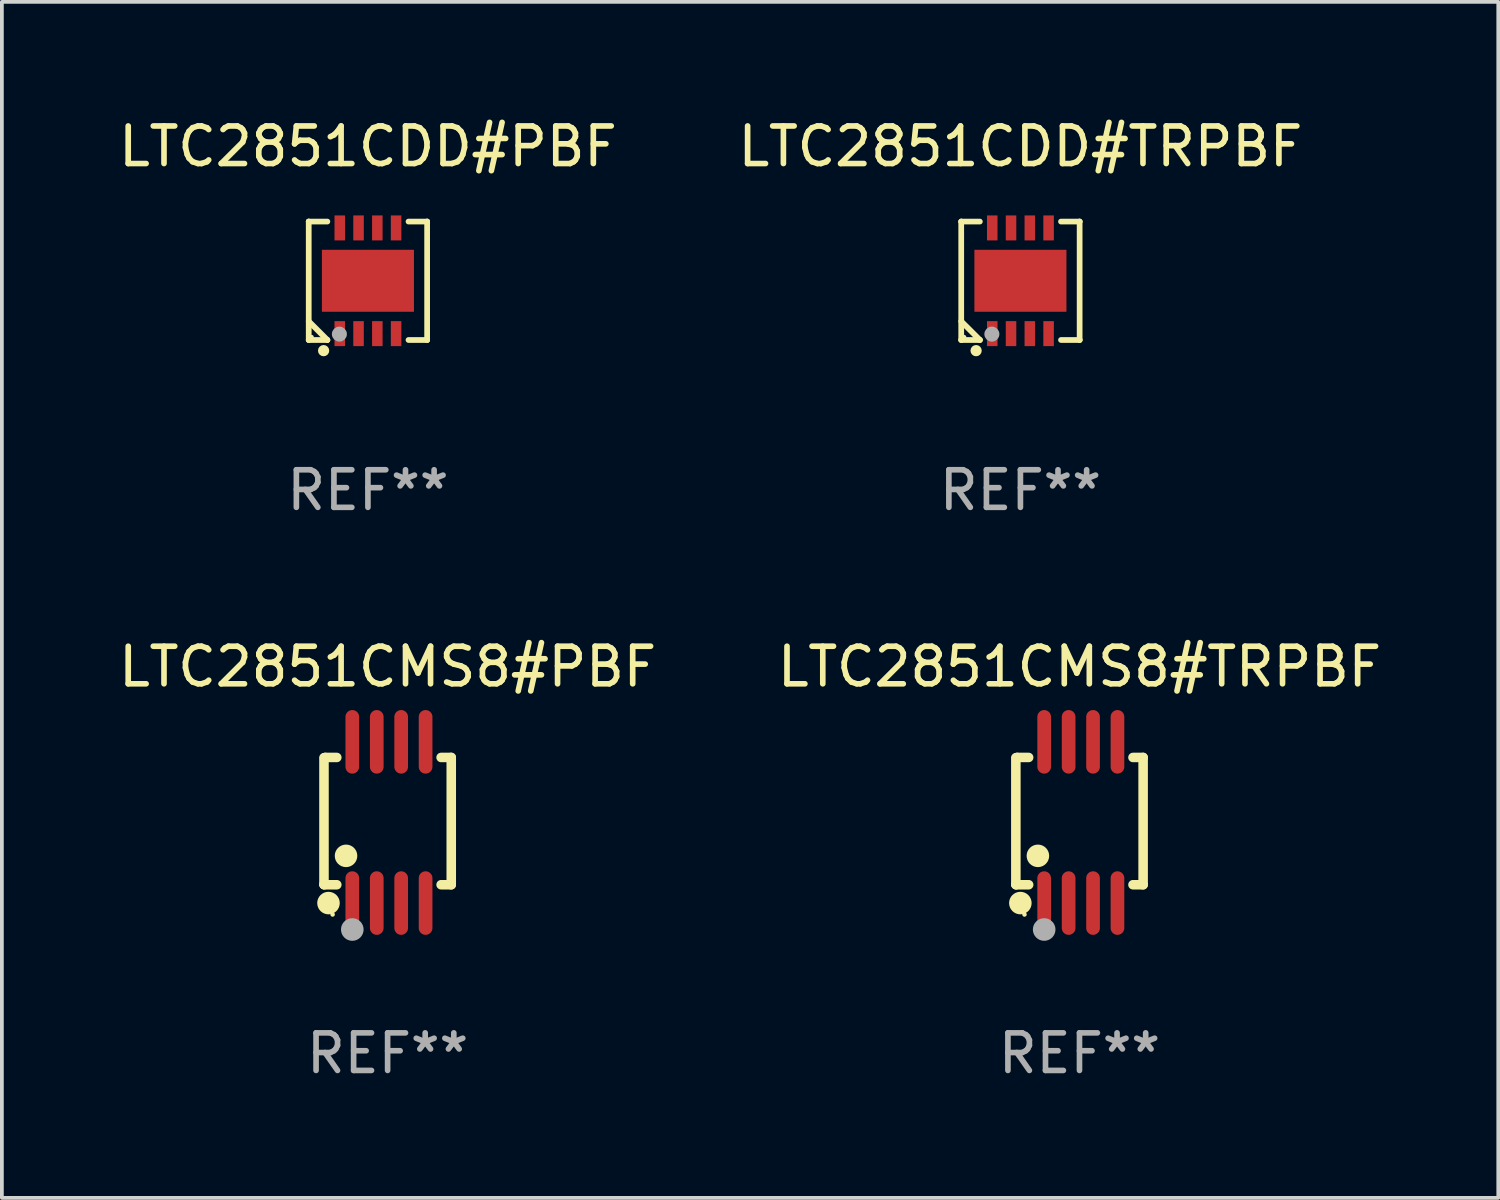
<source format=kicad_pcb>
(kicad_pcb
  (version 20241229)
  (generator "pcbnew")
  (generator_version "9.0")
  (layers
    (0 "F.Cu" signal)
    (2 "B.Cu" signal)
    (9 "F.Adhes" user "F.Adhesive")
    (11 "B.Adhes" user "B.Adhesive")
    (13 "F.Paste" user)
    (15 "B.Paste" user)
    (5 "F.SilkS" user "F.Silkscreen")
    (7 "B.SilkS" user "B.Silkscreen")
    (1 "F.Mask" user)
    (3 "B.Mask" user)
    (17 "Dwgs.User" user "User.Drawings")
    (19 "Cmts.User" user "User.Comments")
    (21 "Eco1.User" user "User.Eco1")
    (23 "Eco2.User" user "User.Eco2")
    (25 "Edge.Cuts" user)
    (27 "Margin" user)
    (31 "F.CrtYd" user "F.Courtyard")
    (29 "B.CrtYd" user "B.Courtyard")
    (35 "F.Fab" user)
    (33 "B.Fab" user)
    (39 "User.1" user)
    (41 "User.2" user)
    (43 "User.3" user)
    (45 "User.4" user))
  (footprint "LTC2851CMS8#TRPBF"
    (layer "F.Cu")
    (at 25.685 18.843)
    (property "Reference" "LTC2851CMS8#TRPBF" (at 0 -4.146 0) (layer "F.SilkS") (effects (font (size 1 1) (thickness 0.15))))
    (attr through_hole)
    (fp_line (start -1.694 -1.724) (end -1.694 1.652) (stroke (width 0.254) (type solid)) (layer "F.SilkS"))
    (fp_line (start -1.694 1.652) (end -1.688 1.658) (stroke (width 0.254) (type solid)) (layer "F.SilkS"))
    (fp_line (start -1.688 1.658) (end -1.353 1.658) (stroke (width 0.254) (type solid)) (layer "F.SilkS"))
    (fp_line (start -1.661 -1.73) (end -1.681 -1.71) (stroke (width 0.254) (type solid)) (layer "F.SilkS"))
    (fp_line (start -1.353 -1.73) (end -1.661 -1.73) (stroke (width 0.254) (type solid)) (layer "F.SilkS"))
    (fp_line (start 1.424 1.658) (end 1.694 1.658) (stroke (width 0.254) (type solid)) (layer "F.SilkS"))
    (fp_line (start 1.694 -1.73) (end 1.424 -1.73) (stroke (width 0.254) (type solid)) (layer "F.SilkS"))
    (fp_line (start 1.694 1.658) (end 1.694 -1.73) (stroke (width 0.254) (type solid)) (layer "F.SilkS"))
    (fp_circle (center -1.574 2.146) (end -1.424 2.146) (stroke (width 0.3) (type solid)) (fill no) (layer "F.SilkS"))
    (fp_circle (center -1.464 2.45) (end -1.434 2.45) (stroke (width 0.06) (type solid)) (fill no) (layer "F.SilkS"))
    (fp_circle (center -1.107 0.889) (end -0.957 0.889) (stroke (width 0.3) (type solid)) (fill no) (layer "F.SilkS"))
    (fp_circle (center -0.94 2.85) (end -0.789 2.85) (stroke (width 0.3) (type solid)) (fill no) (layer "F.Fab"))
    (fp_text user "REF**" (at 0 6.146 0) (layer "F.Fab") (effects (font (size 1 1) (thickness 0.15))))
    (pad "1" smd oval (at -0.94 2.146) (size 0.364 1.692) (layers "F.Cu" "F.Mask" "F.Paste"))
    (pad "2" smd oval (at -0.289 2.146) (size 0.364 1.692) (layers "F.Cu" "F.Mask" "F.Paste"))
    (pad "3" smd oval (at 0.361 2.146) (size 0.364 1.692) (layers "F.Cu" "F.Mask" "F.Paste"))
    (pad "4" smd oval (at 1.011 2.146) (size 0.364 1.692) (layers "F.Cu" "F.Mask" "F.Paste"))
    (pad "5" smd oval (at 1.011 -2.146) (size 0.364 1.692) (layers "F.Cu" "F.Mask" "F.Paste"))
    (pad "6" smd oval (at 0.361 -2.146) (size 0.364 1.692) (layers "F.Cu" "F.Mask" "F.Paste"))
    (pad "7" smd oval (at -0.289 -2.146) (size 0.364 1.692) (layers "F.Cu" "F.Mask" "F.Paste"))
    (pad "8" smd oval (at -0.94 -2.146) (size 0.364 1.692) (layers "F.Cu" "F.Mask" "F.Paste")))
  (footprint "LTC2851CDD#PBF"
    (layer "F.Cu")
    (at 6.744 4.424)
    (property "Reference" "LTC2851CDD#PBF" (at 0 -3.576 0) (layer "F.SilkS") (effects (font (size 1 1) (thickness 0.15))))
    (attr through_hole)
    (fp_line (start -1.576 -1.576) (end -1.576 -1.576) (stroke (width 0.152) (type solid)) (layer "F.SilkS"))
    (fp_line (start -1.576 -1.576) (end -1.08 -1.576) (stroke (width 0.152) (type solid)) (layer "F.SilkS"))
    (fp_line (start -1.576 1.576) (end -1.576 -1.576) (stroke (width 0.152) (type solid)) (layer "F.SilkS"))
    (fp_line (start -1.576 1.576) (end -1.576 1.576) (stroke (width 0.152) (type solid)) (layer "F.SilkS"))
    (fp_line (start -1.08 1.575) (end -1.576 1.079) (stroke (width 0.152) (type solid)) (layer "F.SilkS"))
    (fp_line (start -1.08 1.576) (end -1.576 1.576) (stroke (width 0.152) (type solid)) (layer "F.SilkS"))
    (fp_line (start -1.08 1.576) (end -1.08 1.575) (stroke (width 0.152) (type solid)) (layer "F.SilkS"))
    (fp_line (start 1.08 1.576) (end 1.576 1.576) (stroke (width 0.152) (type solid)) (layer "F.SilkS"))
    (fp_line (start 1.576 -1.576) (end 1.08 -1.576) (stroke (width 0.152) (type solid)) (layer "F.SilkS"))
    (fp_line (start 1.576 -1.576) (end 1.576 -1.576) (stroke (width 0.152) (type solid)) (layer "F.SilkS"))
    (fp_line (start 1.576 1.576) (end 1.576 -1.576) (stroke (width 0.152) (type solid)) (layer "F.SilkS"))
    (fp_line (start 1.576 1.576) (end 1.576 1.576) (stroke (width 0.152) (type solid)) (layer "F.SilkS"))
    (fp_circle (center -1.5 1.5) (end -1.47 1.5) (stroke (width 0.06) (type solid)) (fill no) (layer "F.SilkS"))
    (fp_circle (center -1.18 1.86) (end -1.105 1.86) (stroke (width 0.15) (type solid)) (fill no) (layer "F.SilkS"))
    (fp_circle (center -0.76 1.42) (end -0.66 1.42) (stroke (width 0.2) (type solid)) (fill no) (layer "F.Fab"))
    (fp_text user "REF**" (at 0 5.576 0) (layer "F.Fab") (effects (font (size 1 1) (thickness 0.15))))
    (pad "1" smd rect (at -0.75 1.407) (size 0.28 0.665) (layers "F.Cu" "F.Mask" "F.Paste"))
    (pad "2" smd rect (at -0.25 1.407) (size 0.28 0.665) (layers "F.Cu" "F.Mask" "F.Paste"))
    (pad "3" smd rect (at 0.25 1.407) (size 0.28 0.665) (layers "F.Cu" "F.Mask" "F.Paste"))
    (pad "4" smd rect (at 0.75 1.407) (size 0.28 0.665) (layers "F.Cu" "F.Mask" "F.Paste"))
    (pad "5" smd rect (at 0.75 -1.407) (size 0.28 0.665) (layers "F.Cu" "F.Mask" "F.Paste"))
    (pad "6" smd rect (at 0.25 -1.407) (size 0.28 0.665) (layers "F.Cu" "F.Mask" "F.Paste"))
    (pad "7" smd rect (at -0.25 -1.407) (size 0.28 0.665) (layers "F.Cu" "F.Mask" "F.Paste"))
    (pad "8" smd rect (at -0.75 -1.407) (size 0.28 0.665) (layers "F.Cu" "F.Mask" "F.Paste"))
    (pad "9" smd rect (at 0 0) (size 2.45 1.65) (layers "F.Cu" "F.Mask" "F.Paste")))
  (footprint "LTC2851CMS8#PBF"
    (layer "F.Cu")
    (at 7.268 18.843)
    (property "Reference" "LTC2851CMS8#PBF" (at 0 -4.146 0) (layer "F.SilkS") (effects (font (size 1 1) (thickness 0.15))))
    (attr through_hole)
    (fp_line (start -1.694 -1.724) (end -1.694 1.652) (stroke (width 0.254) (type solid)) (layer "F.SilkS"))
    (fp_line (start -1.694 1.652) (end -1.688 1.658) (stroke (width 0.254) (type solid)) (layer "F.SilkS"))
    (fp_line (start -1.688 1.658) (end -1.353 1.658) (stroke (width 0.254) (type solid)) (layer "F.SilkS"))
    (fp_line (start -1.661 -1.73) (end -1.681 -1.71) (stroke (width 0.254) (type solid)) (layer "F.SilkS"))
    (fp_line (start -1.353 -1.73) (end -1.661 -1.73) (stroke (width 0.254) (type solid)) (layer "F.SilkS"))
    (fp_line (start 1.424 1.658) (end 1.694 1.658) (stroke (width 0.254) (type solid)) (layer "F.SilkS"))
    (fp_line (start 1.694 -1.73) (end 1.424 -1.73) (stroke (width 0.254) (type solid)) (layer "F.SilkS"))
    (fp_line (start 1.694 1.658) (end 1.694 -1.73) (stroke (width 0.254) (type solid)) (layer "F.SilkS"))
    (fp_circle (center -1.574 2.146) (end -1.424 2.146) (stroke (width 0.3) (type solid)) (fill no) (layer "F.SilkS"))
    (fp_circle (center -1.464 2.45) (end -1.434 2.45) (stroke (width 0.06) (type solid)) (fill no) (layer "F.SilkS"))
    (fp_circle (center -1.107 0.889) (end -0.957 0.889) (stroke (width 0.3) (type solid)) (fill no) (layer "F.SilkS"))
    (fp_circle (center -0.94 2.85) (end -0.789 2.85) (stroke (width 0.3) (type solid)) (fill no) (layer "F.Fab"))
    (fp_text user "REF**" (at 0 6.146 0) (layer "F.Fab") (effects (font (size 1 1) (thickness 0.15))))
    (pad "1" smd oval (at -0.94 2.146) (size 0.364 1.692) (layers "F.Cu" "F.Mask" "F.Paste"))
    (pad "2" smd oval (at -0.289 2.146) (size 0.364 1.692) (layers "F.Cu" "F.Mask" "F.Paste"))
    (pad "3" smd oval (at 0.361 2.146) (size 0.364 1.692) (layers "F.Cu" "F.Mask" "F.Paste"))
    (pad "4" smd oval (at 1.011 2.146) (size 0.364 1.692) (layers "F.Cu" "F.Mask" "F.Paste"))
    (pad "5" smd oval (at 1.011 -2.146) (size 0.364 1.692) (layers "F.Cu" "F.Mask" "F.Paste"))
    (pad "6" smd oval (at 0.361 -2.146) (size 0.364 1.692) (layers "F.Cu" "F.Mask" "F.Paste"))
    (pad "7" smd oval (at -0.289 -2.146) (size 0.364 1.692) (layers "F.Cu" "F.Mask" "F.Paste"))
    (pad "8" smd oval (at -0.94 -2.146) (size 0.364 1.692) (layers "F.Cu" "F.Mask" "F.Paste")))
  (footprint "LTC2851CDD#TRPBF"
    (layer "F.Cu")
    (at 24.113 4.424)
    (property "Reference" "LTC2851CDD#TRPBF" (at 0 -3.576 0) (layer "F.SilkS") (effects (font (size 1 1) (thickness 0.15))))
    (attr through_hole)
    (fp_line (start -1.576 -1.576) (end -1.576 -1.576) (stroke (width 0.152) (type solid)) (layer "F.SilkS"))
    (fp_line (start -1.576 -1.576) (end -1.08 -1.576) (stroke (width 0.152) (type solid)) (layer "F.SilkS"))
    (fp_line (start -1.576 1.576) (end -1.576 -1.576) (stroke (width 0.152) (type solid)) (layer "F.SilkS"))
    (fp_line (start -1.576 1.576) (end -1.576 1.576) (stroke (width 0.152) (type solid)) (layer "F.SilkS"))
    (fp_line (start -1.08 1.575) (end -1.576 1.079) (stroke (width 0.152) (type solid)) (layer "F.SilkS"))
    (fp_line (start -1.08 1.576) (end -1.576 1.576) (stroke (width 0.152) (type solid)) (layer "F.SilkS"))
    (fp_line (start -1.08 1.576) (end -1.08 1.575) (stroke (width 0.152) (type solid)) (layer "F.SilkS"))
    (fp_line (start 1.08 1.576) (end 1.576 1.576) (stroke (width 0.152) (type solid)) (layer "F.SilkS"))
    (fp_line (start 1.576 -1.576) (end 1.08 -1.576) (stroke (width 0.152) (type solid)) (layer "F.SilkS"))
    (fp_line (start 1.576 -1.576) (end 1.576 -1.576) (stroke (width 0.152) (type solid)) (layer "F.SilkS"))
    (fp_line (start 1.576 1.576) (end 1.576 -1.576) (stroke (width 0.152) (type solid)) (layer "F.SilkS"))
    (fp_line (start 1.576 1.576) (end 1.576 1.576) (stroke (width 0.152) (type solid)) (layer "F.SilkS"))
    (fp_circle (center -1.5 1.5) (end -1.47 1.5) (stroke (width 0.06) (type solid)) (fill no) (layer "F.SilkS"))
    (fp_circle (center -1.18 1.86) (end -1.105 1.86) (stroke (width 0.15) (type solid)) (fill no) (layer "F.SilkS"))
    (fp_circle (center -0.76 1.42) (end -0.66 1.42) (stroke (width 0.2) (type solid)) (fill no) (layer "F.Fab"))
    (fp_text user "REF**" (at 0 5.576 0) (layer "F.Fab") (effects (font (size 1 1) (thickness 0.15))))
    (pad "1" smd rect (at -0.75 1.407) (size 0.28 0.665) (layers "F.Cu" "F.Mask" "F.Paste"))
    (pad "2" smd rect (at -0.25 1.407) (size 0.28 0.665) (layers "F.Cu" "F.Mask" "F.Paste"))
    (pad "3" smd rect (at 0.25 1.407) (size 0.28 0.665) (layers "F.Cu" "F.Mask" "F.Paste"))
    (pad "4" smd rect (at 0.75 1.407) (size 0.28 0.665) (layers "F.Cu" "F.Mask" "F.Paste"))
    (pad "5" smd rect (at 0.75 -1.407) (size 0.28 0.665) (layers "F.Cu" "F.Mask" "F.Paste"))
    (pad "6" smd rect (at 0.25 -1.407) (size 0.28 0.665) (layers "F.Cu" "F.Mask" "F.Paste"))
    (pad "7" smd rect (at -0.25 -1.407) (size 0.28 0.665) (layers "F.Cu" "F.Mask" "F.Paste"))
    (pad "8" smd rect (at -0.75 -1.407) (size 0.28 0.665) (layers "F.Cu" "F.Mask" "F.Paste"))
    (pad "9" smd rect (at 0 0) (size 2.45 1.65) (layers "F.Cu" "F.Mask" "F.Paste")))
  (gr_rect
    (start -3 -3)
    (end 36.833 28.837)
    (stroke (width 0.1) (type default))
    (fill no)
    (layer "Edge.Cuts")))
</source>
